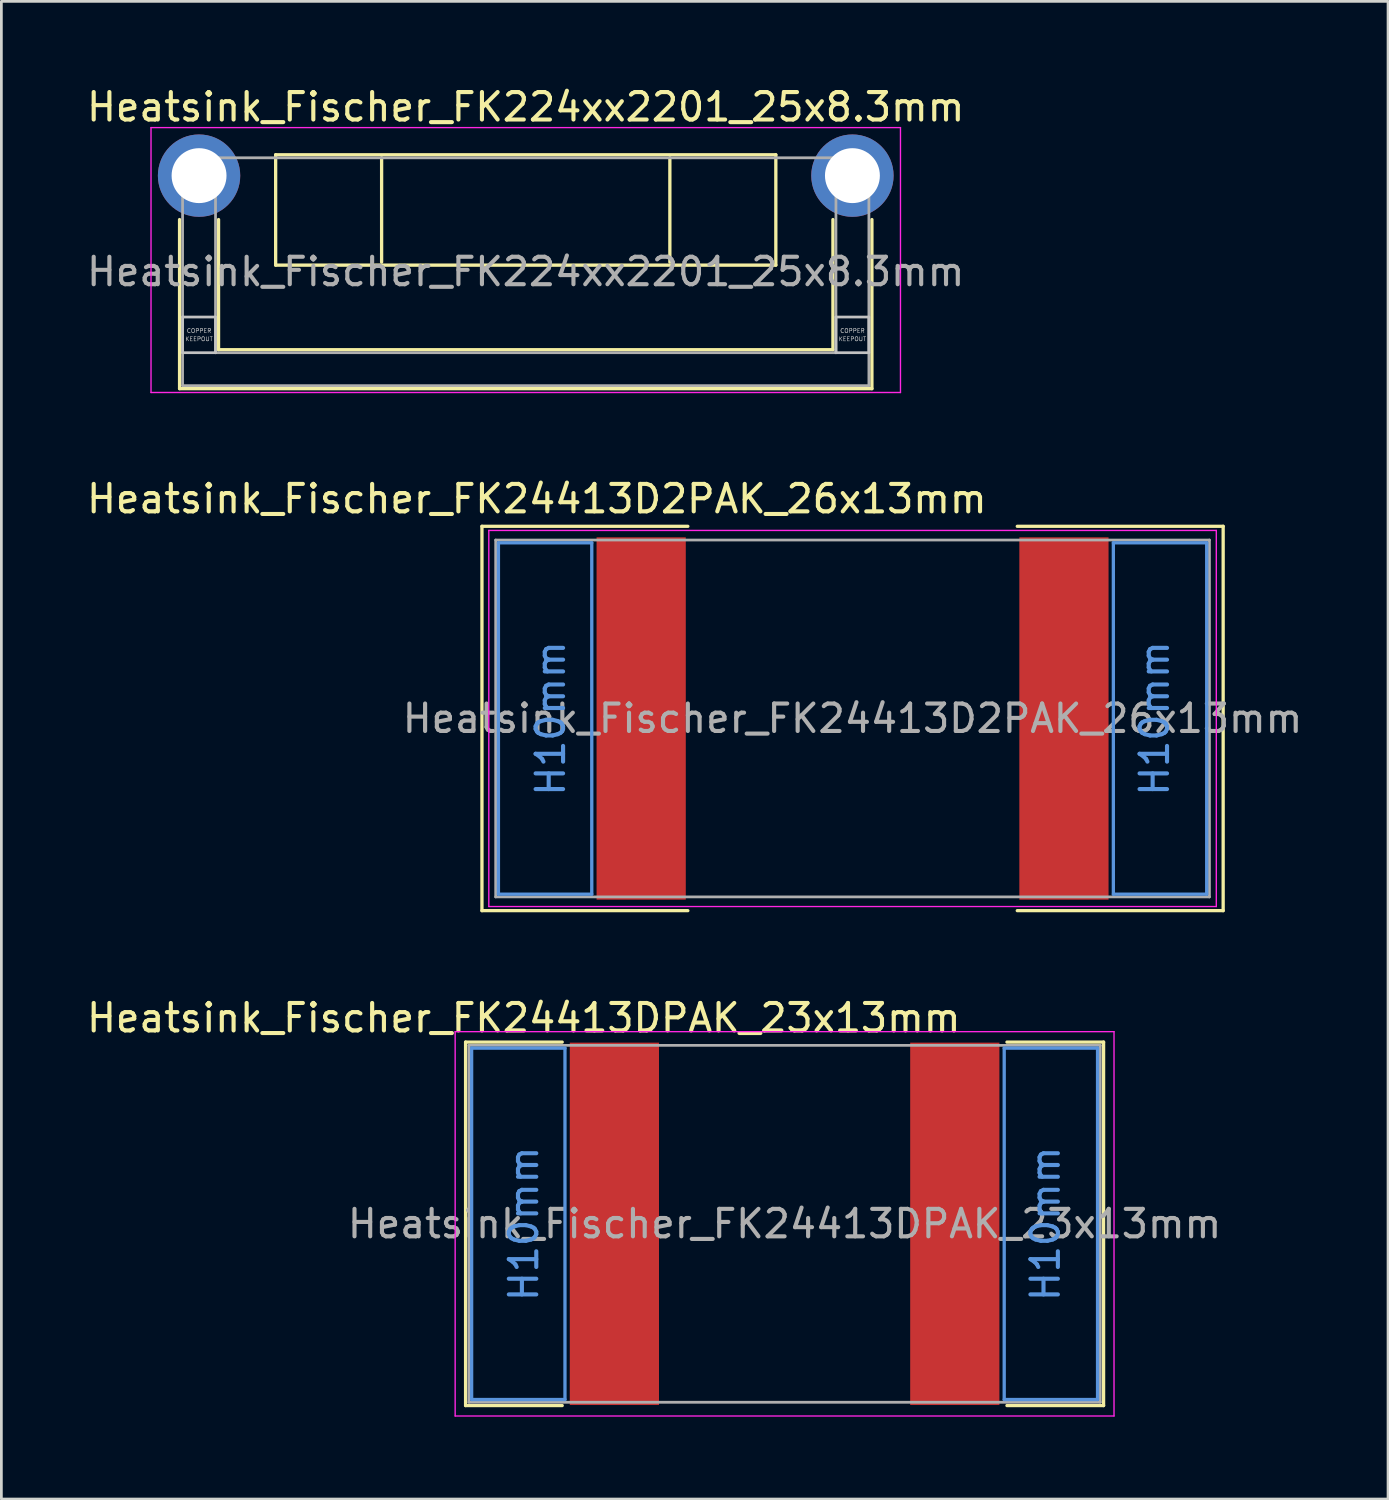
<source format=kicad_pcb>
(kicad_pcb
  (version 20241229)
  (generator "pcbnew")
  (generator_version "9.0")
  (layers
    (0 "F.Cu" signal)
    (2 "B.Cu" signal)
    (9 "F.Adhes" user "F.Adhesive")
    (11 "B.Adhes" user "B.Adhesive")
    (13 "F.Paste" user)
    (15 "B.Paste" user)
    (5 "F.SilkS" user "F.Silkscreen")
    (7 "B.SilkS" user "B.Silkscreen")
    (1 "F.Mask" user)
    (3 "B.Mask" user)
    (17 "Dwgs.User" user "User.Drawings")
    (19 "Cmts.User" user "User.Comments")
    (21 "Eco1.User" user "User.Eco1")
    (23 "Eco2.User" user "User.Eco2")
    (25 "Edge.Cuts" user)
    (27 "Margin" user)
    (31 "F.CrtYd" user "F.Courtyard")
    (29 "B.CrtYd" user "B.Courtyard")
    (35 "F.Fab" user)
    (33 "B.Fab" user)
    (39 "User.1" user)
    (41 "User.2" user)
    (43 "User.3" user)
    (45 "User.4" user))
  (footprint "Heatsink_Fischer_FK24413D2PAK_26x13mm"
    (layer "F.Cu")
    (at 28.006 23.122)
    (property "Reference" "Heatsink_Fischer_FK24413D2PAK_26x13mm" (at -11.5 -8 180) (layer "F.SilkS") (effects (font (size 1 1) (thickness 0.15))))
    (attr smd)
    (fp_line (start -13.5 -7) (end -6 -7) (stroke (width 0.12) (type solid)) (layer "F.SilkS"))
    (fp_line (start -13.5 7) (end -13.5 -7) (stroke (width 0.12) (type solid)) (layer "F.SilkS"))
    (fp_line (start -13.5 7) (end -6 7) (stroke (width 0.12) (type solid)) (layer "F.SilkS"))
    (fp_line (start 6 -7) (end 13.5 -7) (stroke (width 0.12) (type solid)) (layer "F.SilkS"))
    (fp_line (start 6 7) (end 13.5 7) (stroke (width 0.12) (type solid)) (layer "F.SilkS"))
    (fp_line (start 13.5 -7) (end 13.5 7) (stroke (width 0.12) (type solid)) (layer "F.SilkS"))
    (fp_line (start -12.9 -6.4) (end -9.5 -6.4) (stroke (width 0.12) (type solid)) (layer "Cmts.User"))
    (fp_line (start -12.9 6.4) (end -12.9 -6.4) (stroke (width 0.12) (type solid)) (layer "Cmts.User"))
    (fp_line (start -9.5 -6.4) (end -9.5 6.4) (stroke (width 0.12) (type solid)) (layer "Cmts.User"))
    (fp_line (start -9.5 6.4) (end -12.9 6.4) (stroke (width 0.12) (type solid)) (layer "Cmts.User"))
    (fp_line (start 9.5 6.4) (end 9.5 -6.4) (stroke (width 0.12) (type solid)) (layer "Cmts.User"))
    (fp_line (start 9.5 6.4) (end 12.9 6.4) (stroke (width 0.12) (type solid)) (layer "Cmts.User"))
    (fp_line (start 12.9 -6.4) (end 9.5 -6.4) (stroke (width 0.12) (type solid)) (layer "Cmts.User"))
    (fp_line (start 12.9 6.4) (end 12.9 -6.4) (stroke (width 0.12) (type solid)) (layer "Cmts.User"))
    (fp_line (start -13.25 -6.85) (end -13.25 6.85) (stroke (width 0.05) (type solid)) (layer "F.CrtYd"))
    (fp_line (start -13.25 -6.85) (end 13.25 -6.85) (stroke (width 0.05) (type solid)) (layer "F.CrtYd"))
    (fp_line (start 13.25 6.85) (end -13.25 6.85) (stroke (width 0.05) (type solid)) (layer "F.CrtYd"))
    (fp_line (start 13.25 6.85) (end 13.25 -6.85) (stroke (width 0.05) (type solid)) (layer "F.CrtYd"))
    (fp_line (start -13 -6.5) (end 13 -6.5) (stroke (width 0.1) (type solid)) (layer "F.Fab"))
    (fp_line (start -13 6.5) (end -13 -6.5) (stroke (width 0.1) (type solid)) (layer "F.Fab"))
    (fp_line (start 13 -6.5) (end 13 6.5) (stroke (width 0.1) (type solid)) (layer "F.Fab"))
    (fp_line (start 13 6.5) (end -13 6.5) (stroke (width 0.1) (type solid)) (layer "F.Fab"))
    (fp_text user "H10mm" (at 11 0 90) (layer "Cmts.User") (effects (font (size 1 1) (thickness 0.15))))
    (fp_text user "H10mm" (at -11 0 90) (layer "Cmts.User") (effects (font (size 1 1) (thickness 0.15))))
    (fp_text user "${REFERENCE}" (at 0 0 0) (layer "F.Fab") (effects (font (size 1 1) (thickness 0.15))))
    (pad "1" smd rect (at -7.7 0 180) (size 3.25 13.2) (layers "F.Cu" "F.Mask" "F.Paste"))
    (pad "1" smd rect (at 7.7 0) (size 3.25 13.2) (layers "F.Cu" "F.Mask" "F.Paste")))
  (footprint "Heatsink_Fischer_FK24413DPAK_23x13mm"
    (layer "F.Cu")
    (at 25.53 41.53)
    (property "Reference" "Heatsink_Fischer_FK24413DPAK_23x13mm" (at -9.5 -7.5 180) (layer "F.SilkS") (effects (font (size 1 1) (thickness 0.15))))
    (attr smd)
    (fp_line (start -11.62 -6.62) (end -8.1 -6.62) (stroke (width 0.12) (type solid)) (layer "F.SilkS"))
    (fp_line (start -11.62 6.62) (end -11.62 -6.62) (stroke (width 0.12) (type solid)) (layer "F.SilkS"))
    (fp_line (start -11.62 6.62) (end -8.1 6.62) (stroke (width 0.12) (type solid)) (layer "F.SilkS"))
    (fp_line (start 8.1 -6.62) (end 11.62 -6.62) (stroke (width 0.12) (type solid)) (layer "F.SilkS"))
    (fp_line (start 8.1 6.62) (end 11.62 6.62) (stroke (width 0.12) (type solid)) (layer "F.SilkS"))
    (fp_line (start 11.62 -6.62) (end 11.62 6.62) (stroke (width 0.12) (type solid)) (layer "F.SilkS"))
    (fp_line (start -11.4 -6.4) (end -8 -6.4) (stroke (width 0.12) (type solid)) (layer "Cmts.User"))
    (fp_line (start -11.4 6.4) (end -11.4 -6.4) (stroke (width 0.12) (type solid)) (layer "Cmts.User"))
    (fp_line (start -8 -6.4) (end -8 6.4) (stroke (width 0.12) (type solid)) (layer "Cmts.User"))
    (fp_line (start -8 6.4) (end -11.4 6.4) (stroke (width 0.12) (type solid)) (layer "Cmts.User"))
    (fp_line (start 8 6.4) (end 8 -6.4) (stroke (width 0.12) (type solid)) (layer "Cmts.User"))
    (fp_line (start 8 6.4) (end 11.4 6.4) (stroke (width 0.12) (type solid)) (layer "Cmts.User"))
    (fp_line (start 11.4 -6.4) (end 8 -6.4) (stroke (width 0.12) (type solid)) (layer "Cmts.User"))
    (fp_line (start 11.4 6.4) (end 11.4 -6.4) (stroke (width 0.12) (type solid)) (layer "Cmts.User"))
    (fp_line (start -12 -7) (end -12 7) (stroke (width 0.05) (type solid)) (layer "F.CrtYd"))
    (fp_line (start -12 -7) (end 12 -7) (stroke (width 0.05) (type solid)) (layer "F.CrtYd"))
    (fp_line (start 12 7) (end -12 7) (stroke (width 0.05) (type solid)) (layer "F.CrtYd"))
    (fp_line (start 12 7) (end 12 -7) (stroke (width 0.05) (type solid)) (layer "F.CrtYd"))
    (fp_line (start -11.5 -6.5) (end 11.5 -6.5) (stroke (width 0.1) (type solid)) (layer "F.Fab"))
    (fp_line (start -11.5 6.5) (end -11.5 -6.5) (stroke (width 0.1) (type solid)) (layer "F.Fab"))
    (fp_line (start 11.5 -6.5) (end 11.5 6.5) (stroke (width 0.1) (type solid)) (layer "F.Fab"))
    (fp_line (start 11.5 6.5) (end -11.5 6.5) (stroke (width 0.1) (type solid)) (layer "F.Fab"))
    (fp_text user "H10mm" (at -9.5 0 90) (layer "Cmts.User") (effects (font (size 1 1) (thickness 0.15))))
    (fp_text user "H10mm" (at 9.5 0 90) (layer "Cmts.User") (effects (font (size 1 1) (thickness 0.15))))
    (fp_text user "${REFERENCE}" (at 0 0 0) (layer "F.Fab") (effects (font (size 1 1) (thickness 0.15))))
    (pad "1" smd rect (at -6.2 0 180) (size 3.25 13.2) (layers "F.Cu" "F.Mask" "F.Paste"))
    (pad "1" smd rect (at 6.2 0) (size 3.25 13.2) (layers "F.Cu" "F.Mask" "F.Paste")))
  (footprint "Heatsink_Fischer_FK224xx2201_25x8.3mm"
    (layer "F.Cu")
    (at 4.201 3.348)
    (property "Reference" "Heatsink_Fischer_FK224xx2201_25x8.3mm" (at 11.9 -2.5 180) (layer "F.SilkS") (effects (font (size 1 1) (thickness 0.15))))
    (attr through_hole)
    (fp_line (start -0.71 1.6) (end -0.71 7.76) (stroke (width 0.12) (type solid)) (layer "F.SilkS"))
    (fp_line (start 0.71 1.6) (end 0.71 6.34) (stroke (width 0.12) (type solid)) (layer "F.SilkS"))
    (fp_line (start 2.79 -0.76) (end 2.79 3.26) (stroke (width 0.12) (type solid)) (layer "F.SilkS"))
    (fp_line (start 2.79 3.26) (end 21.01 3.26) (stroke (width 0.12) (type solid)) (layer "F.SilkS"))
    (fp_line (start 6.65 -0.65) (end 6.65 3.15) (stroke (width 0.12) (type solid)) (layer "F.SilkS"))
    (fp_line (start 17.15 -0.65) (end 17.15 3.15) (stroke (width 0.12) (type solid)) (layer "F.SilkS"))
    (fp_line (start 21.01 -0.76) (end 2.79 -0.76) (stroke (width 0.12) (type solid)) (layer "F.SilkS"))
    (fp_line (start 21.01 3.26) (end 21.01 -0.76) (stroke (width 0.12) (type solid)) (layer "F.SilkS"))
    (fp_line (start 23.09 1.6) (end 23.09 6.34) (stroke (width 0.12) (type solid)) (layer "F.SilkS"))
    (fp_line (start 23.09 6.34) (end 0.71 6.34) (stroke (width 0.12) (type solid)) (layer "F.SilkS"))
    (fp_line (start 24.51 1.6) (end 24.51 7.76) (stroke (width 0.12) (type solid)) (layer "F.SilkS"))
    (fp_line (start 24.51 7.76) (end -0.71 7.76) (stroke (width 0.12) (type solid)) (layer "F.SilkS"))
    (fp_line (start -0.6 5.15) (end 0.6 5.15) (stroke (width 0.1) (type solid)) (layer "Dwgs.User"))
    (fp_line (start -0.6 6.45) (end -0.6 5.15) (stroke (width 0.1) (type solid)) (layer "Dwgs.User"))
    (fp_line (start 0.6 5.15) (end 0.6 6.45) (stroke (width 0.1) (type solid)) (layer "Dwgs.User"))
    (fp_line (start 0.6 6.45) (end -0.6 6.45) (stroke (width 0.1) (type solid)) (layer "Dwgs.User"))
    (fp_line (start 23.2 5.15) (end 24.4 5.15) (stroke (width 0.1) (type solid)) (layer "Dwgs.User"))
    (fp_line (start 23.2 6.45) (end 23.2 5.15) (stroke (width 0.1) (type solid)) (layer "Dwgs.User"))
    (fp_line (start 24.4 5.15) (end 24.4 6.45) (stroke (width 0.1) (type solid)) (layer "Dwgs.User"))
    (fp_line (start 24.4 6.45) (end 23.2 6.45) (stroke (width 0.1) (type solid)) (layer "Dwgs.User"))
    (fp_line (start -1.75 -1.75) (end -1.75 7.9) (stroke (width 0.05) (type solid)) (layer "F.CrtYd"))
    (fp_line (start -1.75 -1.75) (end 25.55 -1.75) (stroke (width 0.05) (type solid)) (layer "F.CrtYd"))
    (fp_line (start 25.55 7.9) (end -1.75 7.9) (stroke (width 0.05) (type solid)) (layer "F.CrtYd"))
    (fp_line (start 25.55 7.9) (end 25.55 -1.75) (stroke (width 0.05) (type solid)) (layer "F.CrtYd"))
    (fp_line (start -0.6 -0.65) (end 24.4 -0.65) (stroke (width 0.1) (type solid)) (layer "F.Fab"))
    (fp_line (start -0.6 7.65) (end -0.6 -0.65) (stroke (width 0.1) (type solid)) (layer "F.Fab"))
    (fp_line (start 0.6 -0.65) (end 0.6 6.45) (stroke (width 0.1) (type solid)) (layer "F.Fab"))
    (fp_line (start 23.2 -0.65) (end 23.2 6.45) (stroke (width 0.1) (type solid)) (layer "F.Fab"))
    (fp_line (start 23.2 6.45) (end 0.6 6.45) (stroke (width 0.1) (type solid)) (layer "F.Fab"))
    (fp_line (start 24.4 -0.65) (end 24.4 7.65) (stroke (width 0.1) (type solid)) (layer "F.Fab"))
    (fp_line (start 24.4 7.65) (end -0.6 7.65) (stroke (width 0.1) (type solid)) (layer "F.Fab"))
    (fp_text user "KEEPOUT" (at 0 5.95 0) (layer "Dwgs.User") (effects (font (size 0.15 0.15) (thickness 0.02))))
    (fp_text user "COPPER" (at 23.8 5.65 0) (layer "Dwgs.User") (effects (font (size 0.15 0.15) (thickness 0.02))))
    (fp_text user "KEEPOUT" (at 23.8 5.95 0) (layer "Dwgs.User") (effects (font (size 0.15 0.15) (thickness 0.02))))
    (fp_text user "COPPER" (at 0 5.65 0) (layer "Dwgs.User") (effects (font (size 0.15 0.15) (thickness 0.02))))
    (fp_text user "${REFERENCE}" (at 11.9 3.5 0) (layer "F.Fab") (effects (font (size 1 1) (thickness 0.15))))
    (pad "1" thru_hole circle (at 0 0) (size 3 3) (drill 2) (layers "*.Cu" "*.Mask"))
    (pad "1" thru_hole circle (at 23.8 0) (size 3 3) (drill 2) (layers "*.Cu" "*.Mask")))
  (gr_rect
    (start -3 -3)
    (end 47.512 51.555)
    (stroke (width 0.1) (type default))
    (fill no)
    (layer "Edge.Cuts")))
</source>
